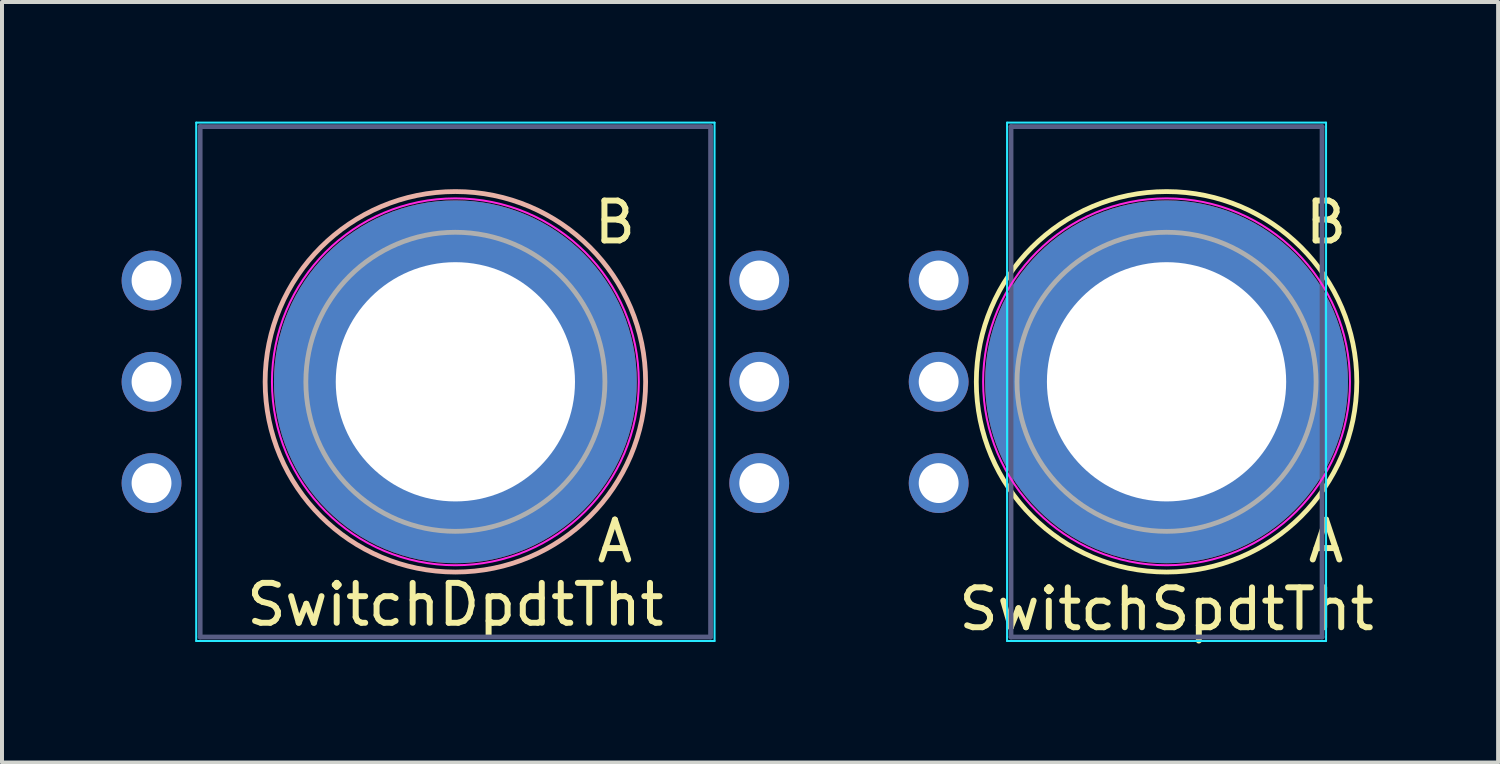
<source format=kicad_pcb>
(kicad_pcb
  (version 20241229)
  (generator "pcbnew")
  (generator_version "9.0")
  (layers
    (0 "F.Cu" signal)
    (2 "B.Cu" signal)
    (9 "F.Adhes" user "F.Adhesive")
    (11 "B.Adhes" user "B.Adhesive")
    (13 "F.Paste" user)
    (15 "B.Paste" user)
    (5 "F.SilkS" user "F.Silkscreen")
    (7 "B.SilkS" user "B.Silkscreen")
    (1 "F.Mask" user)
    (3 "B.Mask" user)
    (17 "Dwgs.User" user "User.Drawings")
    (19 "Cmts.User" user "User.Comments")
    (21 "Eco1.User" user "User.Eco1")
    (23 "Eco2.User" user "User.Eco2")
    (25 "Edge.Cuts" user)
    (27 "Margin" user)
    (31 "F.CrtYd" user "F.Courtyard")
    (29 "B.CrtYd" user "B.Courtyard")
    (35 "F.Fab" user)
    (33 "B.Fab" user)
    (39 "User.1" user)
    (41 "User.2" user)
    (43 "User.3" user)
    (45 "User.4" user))
  (footprint "SwitchSpdtTht"
    (layer "F.Cu")
    (at 26.205 6.525)
    (property "Reference" "SwitchSpdtTht" (at 0 5.7 0) (layer "F.SilkS") (effects (font (size 1 1) (thickness 0.15))))
    (attr through_hole)
    (fp_circle (center 0 0) (end 2.6 4) (stroke (width 0.12) (type solid)) (fill no) (layer "F.SilkS"))
    (fp_line (start -4 -6.5) (end 4 -6.5) (stroke (width 0.05) (type solid)) (layer "B.CrtYd"))
    (fp_line (start -4 6.5) (end -4 -6.5) (stroke (width 0.05) (type solid)) (layer "B.CrtYd"))
    (fp_line (start 4 -6.5) (end 4 6.5) (stroke (width 0.05) (type solid)) (layer "B.CrtYd"))
    (fp_line (start 4 6.5) (end -4 6.5) (stroke (width 0.05) (type solid)) (layer "B.CrtYd"))
    (fp_circle (center 0 0) (end 4.6 0) (stroke (width 0.05) (type solid)) (fill no) (layer "F.CrtYd"))
    (fp_line (start -3.9 -6.4) (end -3.9 6.4) (stroke (width 0.12) (type solid)) (layer "B.Fab"))
    (fp_line (start -3.9 6.4) (end 3.9 6.4) (stroke (width 0.12) (type solid)) (layer "B.Fab"))
    (fp_line (start 3.9 -6.4) (end -3.9 -6.4) (stroke (width 0.12) (type solid)) (layer "B.Fab"))
    (fp_line (start 3.9 6.4) (end 3.9 -6.4) (stroke (width 0.12) (type solid)) (layer "B.Fab"))
    (fp_circle (center 0 0) (end 3.75 0) (stroke (width 0.12) (type solid)) (fill no) (layer "F.Fab"))
    (fp_text user "B" (at 4 -4 0) (layer "F.SilkS") (effects (font (size 1 1) (thickness 0.15))))
    (fp_text user "A" (at 4 4 0) (layer "F.SilkS") (effects (font (size 1 1) (thickness 0.15))))
    (pad "1" thru_hole circle (at -5.715 0) (size 1.5 1.5) (drill 1) (layers "*.Cu" "*.Mask"))
    (pad "1a" thru_hole circle (at -5.715 -2.54) (size 1.5 1.5) (drill 1) (layers "*.Cu" "*.Mask"))
    (pad "1b" thru_hole circle (at -5.715 2.54) (size 1.5 1.5) (drill 1) (layers "*.Cu" "*.Mask"))
    (pad "Case" thru_hole circle (at 0 0) (size 9.1 9.1) (drill 6) (layers "*.Cu" "*.Mask")))
  (footprint "SwitchDpdtTht"
    (layer "F.Cu")
    (at 8.37 6.525)
    (property "Reference" "SwitchDpdtTht" (at 0 5.588 0) (layer "F.SilkS") (effects (font (size 1 1) (thickness 0.15))))
    (attr through_hole)
    (fp_circle (center 0 0) (end 4.771 0) (stroke (width 0.12) (type solid)) (fill no) (layer "B.SilkS"))
    (fp_line (start -6.5 -6.5) (end 6.5 -6.5) (stroke (width 0.05) (type solid)) (layer "B.CrtYd"))
    (fp_line (start -6.5 6.5) (end -6.5 -6.5) (stroke (width 0.05) (type solid)) (layer "B.CrtYd"))
    (fp_line (start 6.5 -6.5) (end 6.5 6.5) (stroke (width 0.05) (type solid)) (layer "B.CrtYd"))
    (fp_line (start 6.5 6.5) (end -6.5 6.5) (stroke (width 0.05) (type solid)) (layer "B.CrtYd"))
    (fp_circle (center 0 0) (end 4.6 0) (stroke (width 0.05) (type solid)) (fill no) (layer "F.CrtYd"))
    (fp_line (start -6.4 -6.4) (end -6.4 6.4) (stroke (width 0.12) (type solid)) (layer "B.Fab"))
    (fp_line (start -6.4 6.4) (end 6.4 6.4) (stroke (width 0.12) (type solid)) (layer "B.Fab"))
    (fp_line (start 6.4 -6.4) (end -6.4 -6.4) (stroke (width 0.12) (type solid)) (layer "B.Fab"))
    (fp_line (start 6.4 6.4) (end 6.4 -6.4) (stroke (width 0.12) (type solid)) (layer "B.Fab"))
    (fp_circle (center 0 0) (end 3.75 0) (stroke (width 0.12) (type solid)) (fill no) (layer "F.Fab"))
    (fp_text user "A" (at 4 4 0) (layer "F.SilkS") (effects (font (size 1 1) (thickness 0.15))))
    (fp_text user "B" (at 4 -4 0) (layer "F.SilkS") (effects (font (size 1 1) (thickness 0.15))))
    (pad "1" thru_hole circle (at -7.62 0) (size 1.5 1.5) (drill 1) (layers "*.Cu" "*.Mask"))
    (pad "1a" thru_hole circle (at -7.62 -2.54) (size 1.5 1.5) (drill 1) (layers "*.Cu" "*.Mask"))
    (pad "1b" thru_hole circle (at -7.62 2.54) (size 1.5 1.5) (drill 1) (layers "*.Cu" "*.Mask"))
    (pad "2" thru_hole circle (at 7.62 0) (size 1.5 1.5) (drill 1) (layers "*.Cu" "*.Mask"))
    (pad "2a" thru_hole circle (at 7.62 -2.54) (size 1.5 1.5) (drill 1) (layers "*.Cu" "*.Mask"))
    (pad "2b" thru_hole circle (at 7.62 2.54) (size 1.5 1.5) (drill 1) (layers "*.Cu" "*.Mask"))
    (pad "Case" thru_hole circle (at 0 0) (size 9.1 9.1) (drill 6) (layers "*.Cu" "*.Mask")))
  (gr_rect
    (start -3 -3)
    (end 34.52 16.073)
    (stroke (width 0.1) (type default))
    (fill no)
    (layer "Edge.Cuts")))
</source>
